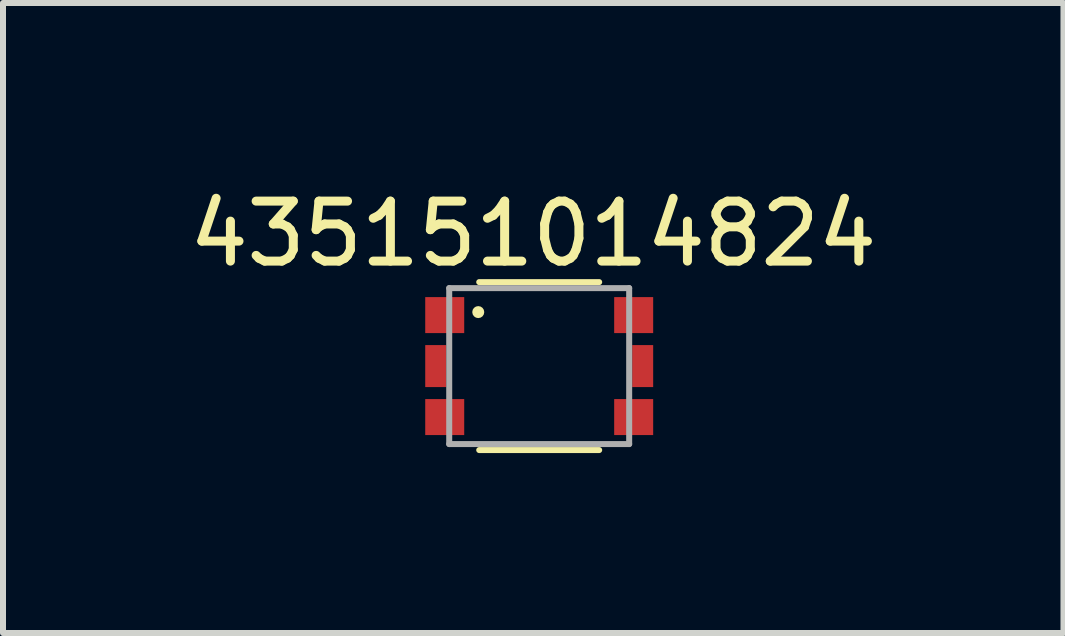
<source format=kicad_pcb>
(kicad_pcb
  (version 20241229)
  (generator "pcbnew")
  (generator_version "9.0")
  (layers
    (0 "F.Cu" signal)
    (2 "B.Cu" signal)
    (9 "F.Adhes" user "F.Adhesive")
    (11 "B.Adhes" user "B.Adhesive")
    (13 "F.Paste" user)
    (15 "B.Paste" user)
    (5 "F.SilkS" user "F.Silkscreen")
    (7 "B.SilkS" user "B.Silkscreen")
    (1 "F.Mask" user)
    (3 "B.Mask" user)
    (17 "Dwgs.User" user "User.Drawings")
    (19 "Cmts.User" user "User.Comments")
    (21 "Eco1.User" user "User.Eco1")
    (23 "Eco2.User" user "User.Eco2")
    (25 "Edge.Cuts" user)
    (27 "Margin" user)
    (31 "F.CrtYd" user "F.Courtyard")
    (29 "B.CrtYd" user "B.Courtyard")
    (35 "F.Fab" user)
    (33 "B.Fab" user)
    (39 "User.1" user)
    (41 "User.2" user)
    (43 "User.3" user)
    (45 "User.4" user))
  (footprint "435151014824"
    (layer "F.Cu")
    (at 5.939 3.053)
    (property "Reference" "435151014824" (at -0.1 -2.205 0) (layer "F.SilkS") (effects (font (size 1 1) (thickness 0.15))))
    (attr through_hole)
    (fp_line (start -1 -1.4) (end 1 -1.4) (stroke (width 0.1) (type solid)) (layer "F.SilkS"))
    (fp_line (start -1 1.4) (end 1 1.4) (stroke (width 0.1) (type solid)) (layer "F.SilkS"))
    (fp_circle (center -1.016 -0.9) (end -0.966 -0.9) (stroke (width 0.1) (type solid)) (fill no) (layer "F.SilkS"))
    (fp_line (start -1.5 -1.3) (end 1.5 -1.3) (stroke (width 0.1) (type solid)) (layer "F.Fab"))
    (fp_line (start -1.5 1.3) (end -1.5 -1.3) (stroke (width 0.1) (type solid)) (layer "F.Fab"))
    (fp_line (start 1.5 -1.3) (end 1.5 1.3) (stroke (width 0.1) (type solid)) (layer "F.Fab"))
    (fp_line (start 1.5 1.3) (end -1.5 1.3) (stroke (width 0.1) (type solid)) (layer "F.Fab"))
    (pad "1" smd rect (at -1.575 -0.85) (size 0.65 0.6) (layers "F.Cu" "F.Mask" "F.Paste"))
    (pad "2" smd rect (at 1.575 -0.85) (size 0.65 0.6) (layers "F.Cu" "F.Mask" "F.Paste"))
    (pad "3" smd rect (at -1.575 0.85) (size 0.65 0.6) (layers "F.Cu" "F.Mask" "F.Paste"))
    (pad "4" smd rect (at 1.575 0.85) (size 0.65 0.6) (layers "F.Cu" "F.Mask" "F.Paste"))
    (pad "5" smd rect (at -1.725 0) (size 0.35 0.7) (layers "F.Cu" "F.Mask" "F.Paste"))
    (pad "6" smd rect (at 1.725 0) (size 0.35 0.7) (layers "F.Cu" "F.Mask" "F.Paste")))
  (gr_rect
    (start -3 -3)
    (end 14.679 7.503)
    (stroke (width 0.1) (type default))
    (fill no)
    (layer "Edge.Cuts")))
</source>
